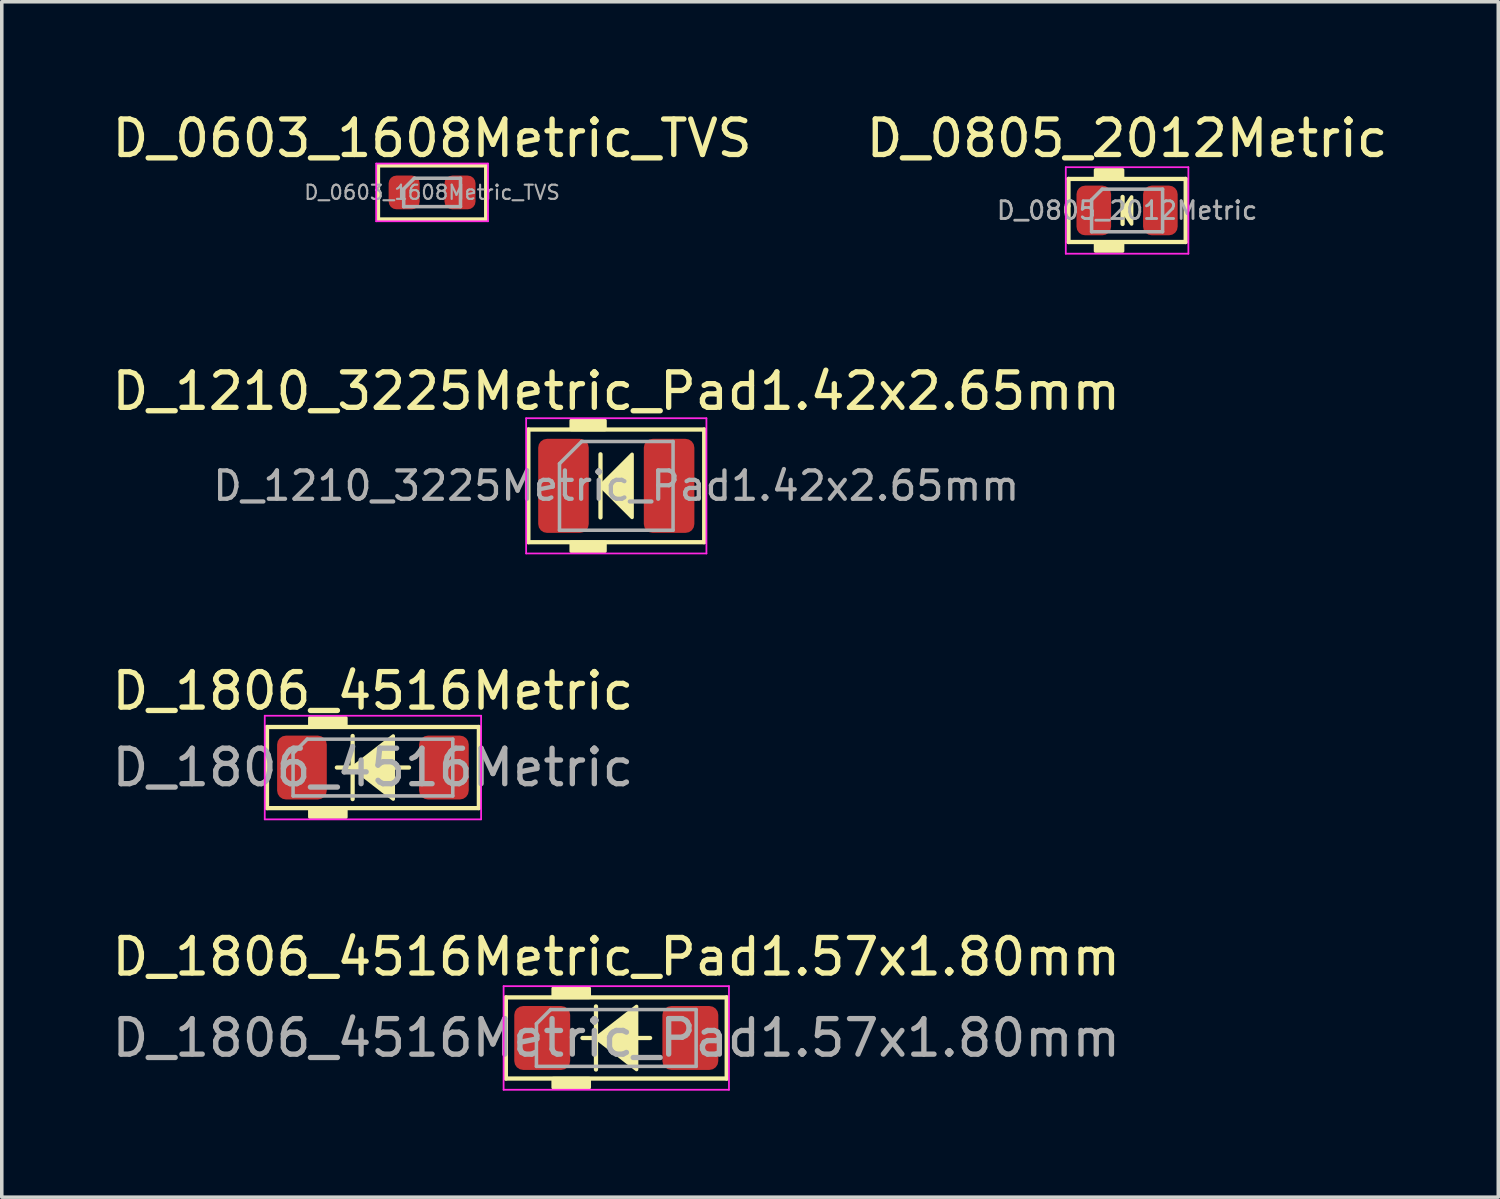
<source format=kicad_pcb>
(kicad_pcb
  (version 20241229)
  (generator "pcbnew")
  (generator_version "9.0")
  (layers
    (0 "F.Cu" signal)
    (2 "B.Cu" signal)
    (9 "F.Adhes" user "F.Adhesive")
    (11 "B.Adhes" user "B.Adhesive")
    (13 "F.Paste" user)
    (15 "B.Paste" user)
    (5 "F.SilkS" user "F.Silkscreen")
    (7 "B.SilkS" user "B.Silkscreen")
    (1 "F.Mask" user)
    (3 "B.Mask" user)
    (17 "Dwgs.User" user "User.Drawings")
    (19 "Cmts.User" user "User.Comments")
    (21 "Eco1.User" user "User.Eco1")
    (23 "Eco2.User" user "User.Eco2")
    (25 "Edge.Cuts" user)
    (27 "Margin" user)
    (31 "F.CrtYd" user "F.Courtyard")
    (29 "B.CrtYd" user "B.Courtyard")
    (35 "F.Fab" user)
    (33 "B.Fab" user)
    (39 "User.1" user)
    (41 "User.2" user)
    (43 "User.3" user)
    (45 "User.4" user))
  (footprint "D_0805_2012Metric"
    (layer "F.Cu")
    (at 28.708 2.88)
    (property "Reference" "D_0805_2012Metric" (at 0 -2.032 0) (layer "F.SilkS") (effects (font (size 1 1) (thickness 0.15))))
    (attr smd)
    (fp_line (start -1.651 -0.889) (end 1.651 -0.889) (stroke (width 0.12) (type solid)) (layer "F.SilkS"))
    (fp_line (start -1.651 -0.127) (end -1.651 -0.889) (stroke (width 0.12) (type solid)) (layer "F.SilkS"))
    (fp_line (start -1.651 0.889) (end -1.651 -0.127) (stroke (width 0.12) (type solid)) (layer "F.SilkS"))
    (fp_line (start -0.127 -0.381) (end -0.127 0.381) (stroke (width 0.12) (type solid)) (layer "F.SilkS"))
    (fp_line (start 1.651 -0.889) (end 1.651 0.889) (stroke (width 0.12) (type solid)) (layer "F.SilkS"))
    (fp_line (start 1.651 0.889) (end -1.651 0.889) (stroke (width 0.12) (type solid)) (layer "F.SilkS"))
    (fp_poly (pts (xy 0.127 0.381) (xy -0.127 0) (xy 0.127 -0.381)) (stroke (width 0.1) (type solid)) (fill yes) (layer "F.SilkS"))
    (fp_poly (pts (xy -0.127 -0.889) (xy -0.889 -0.889) (xy -0.889 -1.143) (xy -0.127 -1.143)) (stroke (width 0.1) (type solid)) (fill yes) (layer "F.SilkS"))
    (fp_poly (pts (xy -0.127 1.143) (xy -0.889 1.143) (xy -0.889 0.889) (xy -0.127 0.889)) (stroke (width 0.1) (type solid)) (fill yes) (layer "F.SilkS"))
    (fp_line (start -1.727 -1.219) (end 1.727 -1.219) (stroke (width 0.05) (type solid)) (layer "F.CrtYd"))
    (fp_line (start -1.727 1.219) (end -1.727 -1.219) (stroke (width 0.05) (type solid)) (layer "F.CrtYd"))
    (fp_line (start 1.727 -1.219) (end 1.727 1.219) (stroke (width 0.05) (type solid)) (layer "F.CrtYd"))
    (fp_line (start 1.727 1.219) (end -1.727 1.219) (stroke (width 0.05) (type solid)) (layer "F.CrtYd"))
    (fp_line (start -1 -0.3) (end -1 0.6) (stroke (width 0.1) (type solid)) (layer "F.Fab"))
    (fp_line (start -1 0.6) (end 1 0.6) (stroke (width 0.1) (type solid)) (layer "F.Fab"))
    (fp_line (start -0.7 -0.6) (end -1 -0.3) (stroke (width 0.1) (type solid)) (layer "F.Fab"))
    (fp_line (start 1 -0.6) (end -0.7 -0.6) (stroke (width 0.1) (type solid)) (layer "F.Fab"))
    (fp_line (start 1 0.6) (end 1 -0.6) (stroke (width 0.1) (type solid)) (layer "F.Fab"))
    (fp_text user "${REFERENCE}" (at 0 0 0) (layer "F.Fab") (effects (font (size 0.5 0.5) (thickness 0.08))))
    (pad "1" smd roundrect (at -0.938 0) (size 0.975 1.4) (layers "F.Cu" "F.Mask" "F.Paste") (roundrect_rratio 0.25))
    (pad "2" smd roundrect (at 0.938 0) (size 0.975 1.4) (layers "F.Cu" "F.Mask" "F.Paste") (roundrect_rratio 0.25)))
  (footprint "D_0603_1608Metric_TVS"
    (layer "F.Cu")
    (at 9.125 2.372)
    (property "Reference" "D_0603_1608Metric_TVS" (at 0 -1.524 0) (layer "F.SilkS") (effects (font (size 1 1) (thickness 0.15))))
    (attr smd)
    (fp_line (start -1.524 -0.762) (end -1.524 0.762) (stroke (width 0.12) (type solid)) (layer "F.SilkS"))
    (fp_line (start -1.524 0.762) (end 1.524 0.762) (stroke (width 0.12) (type solid)) (layer "F.SilkS"))
    (fp_line (start 1.524 -0.762) (end -1.524 -0.762) (stroke (width 0.12) (type solid)) (layer "F.SilkS"))
    (fp_line (start 1.524 0.762) (end 1.524 -0.762) (stroke (width 0.12) (type solid)) (layer "F.SilkS"))
    (fp_line (start -1.575 -0.813) (end 1.575 -0.813) (stroke (width 0.05) (type solid)) (layer "F.CrtYd"))
    (fp_line (start -1.575 0.813) (end -1.575 -0.813) (stroke (width 0.05) (type solid)) (layer "F.CrtYd"))
    (fp_line (start 1.575 -0.813) (end 1.575 0.813) (stroke (width 0.05) (type solid)) (layer "F.CrtYd"))
    (fp_line (start 1.575 0.813) (end -1.575 0.813) (stroke (width 0.05) (type solid)) (layer "F.CrtYd"))
    (fp_line (start -0.8 -0.1) (end -0.8 0.4) (stroke (width 0.1) (type solid)) (layer "F.Fab"))
    (fp_line (start -0.8 0.4) (end 0.8 0.4) (stroke (width 0.1) (type solid)) (layer "F.Fab"))
    (fp_line (start -0.5 -0.4) (end -0.8 -0.1) (stroke (width 0.1) (type solid)) (layer "F.Fab"))
    (fp_line (start 0.8 -0.4) (end -0.5 -0.4) (stroke (width 0.1) (type solid)) (layer "F.Fab"))
    (fp_line (start 0.8 0.4) (end 0.8 -0.4) (stroke (width 0.1) (type solid)) (layer "F.Fab"))
    (fp_text user "${REFERENCE}" (at 0 0 0) (layer "F.Fab") (effects (font (size 0.4 0.4) (thickness 0.06))))
    (pad "1" smd roundrect (at -0.787 0) (size 0.875 0.95) (layers "F.Cu" "F.Mask" "F.Paste") (roundrect_rratio 0.25))
    (pad "2" smd roundrect (at 0.787 0) (size 0.875 0.95) (layers "F.Cu" "F.Mask" "F.Paste") (roundrect_rratio 0.25)))
  (footprint "D_1806_4516Metric"
    (layer "F.Cu")
    (at 7.458 18.577)
    (property "Reference" "D_1806_4516Metric" (at 0 -2.159 0) (layer "F.SilkS") (effects (font (size 1 1) (thickness 0.15))))
    (attr smd)
    (fp_line (start -2.985 -1.143) (end -2.985 1.143) (stroke (width 0.12) (type solid)) (layer "F.SilkS"))
    (fp_line (start -2.985 1.143) (end 2.985 1.143) (stroke (width 0.12) (type solid)) (layer "F.SilkS"))
    (fp_line (start -1.016 0) (end -0.572 0) (stroke (width 0.12) (type solid)) (layer "F.SilkS"))
    (fp_line (start -0.572 -0.889) (end -0.572 0.889) (stroke (width 0.12) (type solid)) (layer "F.SilkS"))
    (fp_line (start 0.572 0) (end 1.016 0) (stroke (width 0.12) (type solid)) (layer "F.SilkS"))
    (fp_line (start 2.985 -1.143) (end -2.985 -1.143) (stroke (width 0.12) (type solid)) (layer "F.SilkS"))
    (fp_line (start 2.985 1.143) (end 2.985 -1.143) (stroke (width 0.12) (type solid)) (layer "F.SilkS"))
    (fp_poly (pts (xy 0.572 0.889) (xy -0.572 0) (xy 0.572 -0.889)) (stroke (width 0.1) (type solid)) (fill yes) (layer "F.SilkS"))
    (fp_poly (pts (xy -0.762 -1.143) (xy -1.778 -1.143) (xy -1.778 -1.397) (xy -0.762 -1.397)) (stroke (width 0.1) (type solid)) (fill yes) (layer "F.SilkS"))
    (fp_poly (pts (xy -0.762 1.397) (xy -1.778 1.397) (xy -1.778 1.143) (xy -0.762 1.143)) (stroke (width 0.1) (type solid)) (fill yes) (layer "F.SilkS"))
    (fp_line (start -3.048 -1.46) (end 3.048 -1.46) (stroke (width 0.05) (type solid)) (layer "F.CrtYd"))
    (fp_line (start -3.048 1.46) (end -3.048 -1.46) (stroke (width 0.05) (type solid)) (layer "F.CrtYd"))
    (fp_line (start 3.048 -1.46) (end 3.048 1.46) (stroke (width 0.05) (type solid)) (layer "F.CrtYd"))
    (fp_line (start 3.048 1.46) (end -3.048 1.46) (stroke (width 0.05) (type solid)) (layer "F.CrtYd"))
    (fp_line (start -2.25 -0.4) (end -2.25 0.8) (stroke (width 0.1) (type solid)) (layer "F.Fab"))
    (fp_line (start -2.25 0.8) (end 2.25 0.8) (stroke (width 0.1) (type solid)) (layer "F.Fab"))
    (fp_line (start -1.85 -0.8) (end -2.25 -0.4) (stroke (width 0.1) (type solid)) (layer "F.Fab"))
    (fp_line (start 2.25 -0.8) (end -1.85 -0.8) (stroke (width 0.1) (type solid)) (layer "F.Fab"))
    (fp_line (start 2.25 0.8) (end 2.25 -0.8) (stroke (width 0.1) (type solid)) (layer "F.Fab"))
    (fp_text user "${REFERENCE}" (at 0 0 0) (layer "F.Fab") (effects (font (size 1 1) (thickness 0.15))))
    (pad "1" smd roundrect (at -2 0) (size 1.4 1.8) (layers "F.Cu" "F.Mask" "F.Paste") (roundrect_rratio 0.179))
    (pad "2" smd roundrect (at 2 0) (size 1.4 1.8) (layers "F.Cu" "F.Mask" "F.Paste") (roundrect_rratio 0.179)))
  (footprint "D_1210_3225Metric_Pad1.42x2.65mm"
    (layer "F.Cu")
    (at 14.315 10.64)
    (property "Reference" "D_1210_3225Metric_Pad1.42x2.65mm" (at 0 -2.667 0) (layer "F.SilkS") (effects (font (size 1 1) (thickness 0.15))))
    (attr smd)
    (fp_line (start -2.477 -1.587) (end -2.477 1.587) (stroke (width 0.12) (type solid)) (layer "F.SilkS"))
    (fp_line (start -2.477 1.587) (end 2.477 1.587) (stroke (width 0.12) (type solid)) (layer "F.SilkS"))
    (fp_line (start -0.445 -0.889) (end -0.445 0.889) (stroke (width 0.12) (type solid)) (layer "F.SilkS"))
    (fp_line (start 2.477 -1.587) (end -2.477 -1.587) (stroke (width 0.12) (type solid)) (layer "F.SilkS"))
    (fp_line (start 2.477 1.587) (end 2.477 -1.587) (stroke (width 0.12) (type solid)) (layer "F.SilkS"))
    (fp_poly (pts (xy 0.445 0.889) (xy -0.445 0) (xy 0.445 -0.889)) (stroke (width 0.1) (type solid)) (fill yes) (layer "F.SilkS"))
    (fp_poly (pts (xy -0.318 -1.587) (xy -1.27 -1.587) (xy -1.27 -1.841) (xy -0.318 -1.841)) (stroke (width 0.1) (type solid)) (fill yes) (layer "F.SilkS"))
    (fp_poly (pts (xy -0.318 1.841) (xy -1.27 1.841) (xy -1.27 1.587) (xy -0.318 1.587)) (stroke (width 0.1) (type solid)) (fill yes) (layer "F.SilkS"))
    (fp_line (start -2.54 -1.905) (end 2.54 -1.905) (stroke (width 0.05) (type solid)) (layer "F.CrtYd"))
    (fp_line (start -2.54 1.905) (end -2.54 -1.905) (stroke (width 0.05) (type solid)) (layer "F.CrtYd"))
    (fp_line (start 2.54 -1.905) (end 2.54 1.905) (stroke (width 0.05) (type solid)) (layer "F.CrtYd"))
    (fp_line (start 2.54 1.905) (end -2.54 1.905) (stroke (width 0.05) (type solid)) (layer "F.CrtYd"))
    (fp_line (start -1.6 -0.625) (end -1.6 1.25) (stroke (width 0.1) (type solid)) (layer "F.Fab"))
    (fp_line (start -1.6 1.25) (end 1.6 1.25) (stroke (width 0.1) (type solid)) (layer "F.Fab"))
    (fp_line (start -0.975 -1.25) (end -1.6 -0.625) (stroke (width 0.1) (type solid)) (layer "F.Fab"))
    (fp_line (start 1.6 -1.25) (end -0.975 -1.25) (stroke (width 0.1) (type solid)) (layer "F.Fab"))
    (fp_line (start 1.6 1.25) (end 1.6 -1.25) (stroke (width 0.1) (type solid)) (layer "F.Fab"))
    (fp_text user "${REFERENCE}" (at 0 0 0) (layer "F.Fab") (effects (font (size 0.8 0.8) (thickness 0.12))))
    (pad "1" smd roundrect (at -1.488 0) (size 1.425 2.65) (layers "F.Cu" "F.Mask" "F.Paste") (roundrect_rratio 0.175))
    (pad "2" smd roundrect (at 1.488 0) (size 1.425 2.65) (layers "F.Cu" "F.Mask" "F.Paste") (roundrect_rratio 0.175)))
  (footprint "D_1806_4516Metric_Pad1.57x1.80mm"
    (layer "F.Cu")
    (at 14.315 26.197)
    (property "Reference" "D_1806_4516Metric_Pad1.57x1.80mm" (at 0 -2.286 0) (layer "F.SilkS") (effects (font (size 1 1) (thickness 0.15))))
    (attr smd)
    (fp_line (start -3.111 -1.143) (end -3.111 1.143) (stroke (width 0.12) (type solid)) (layer "F.SilkS"))
    (fp_line (start -3.111 1.143) (end 3.111 1.143) (stroke (width 0.12) (type solid)) (layer "F.SilkS"))
    (fp_line (start -0.953 0) (end -0.572 0) (stroke (width 0.12) (type solid)) (layer "F.SilkS"))
    (fp_line (start -0.572 -0.889) (end -0.572 0.889) (stroke (width 0.12) (type solid)) (layer "F.SilkS"))
    (fp_line (start 0.572 0) (end 0.953 0) (stroke (width 0.12) (type solid)) (layer "F.SilkS"))
    (fp_line (start 3.111 -1.143) (end -3.111 -1.143) (stroke (width 0.12) (type solid)) (layer "F.SilkS"))
    (fp_line (start 3.111 1.143) (end 3.111 -1.143) (stroke (width 0.12) (type solid)) (layer "F.SilkS"))
    (fp_poly (pts (xy 0.572 0.889) (xy -0.572 0) (xy 0.572 -0.889)) (stroke (width 0.1) (type solid)) (fill yes) (layer "F.SilkS"))
    (fp_poly (pts (xy -0.762 -1.143) (xy -1.778 -1.143) (xy -1.778 -1.397) (xy -0.762 -1.397)) (stroke (width 0.1) (type solid)) (fill yes) (layer "F.SilkS"))
    (fp_poly (pts (xy -0.762 1.397) (xy -1.778 1.397) (xy -1.778 1.143) (xy -0.762 1.143)) (stroke (width 0.1) (type solid)) (fill yes) (layer "F.SilkS"))
    (fp_line (start -3.175 -1.46) (end 3.175 -1.46) (stroke (width 0.05) (type solid)) (layer "F.CrtYd"))
    (fp_line (start -3.175 1.46) (end -3.175 -1.46) (stroke (width 0.05) (type solid)) (layer "F.CrtYd"))
    (fp_line (start 3.175 -1.46) (end 3.175 1.46) (stroke (width 0.05) (type solid)) (layer "F.CrtYd"))
    (fp_line (start 3.175 1.46) (end -3.175 1.46) (stroke (width 0.05) (type solid)) (layer "F.CrtYd"))
    (fp_line (start -2.25 -0.4) (end -2.25 0.8) (stroke (width 0.1) (type solid)) (layer "F.Fab"))
    (fp_line (start -2.25 0.8) (end 2.25 0.8) (stroke (width 0.1) (type solid)) (layer "F.Fab"))
    (fp_line (start -1.85 -0.8) (end -2.25 -0.4) (stroke (width 0.1) (type solid)) (layer "F.Fab"))
    (fp_line (start 2.25 -0.8) (end -1.85 -0.8) (stroke (width 0.1) (type solid)) (layer "F.Fab"))
    (fp_line (start 2.25 0.8) (end 2.25 -0.8) (stroke (width 0.1) (type solid)) (layer "F.Fab"))
    (fp_text user "${REFERENCE}" (at 0 0 0) (layer "F.Fab") (effects (font (size 1 1) (thickness 0.15))))
    (pad "1" smd roundrect (at -2.087 0) (size 1.575 1.8) (layers "F.Cu" "F.Mask" "F.Paste") (roundrect_rratio 0.159))
    (pad "2" smd roundrect (at 2.087 0) (size 1.575 1.8) (layers "F.Cu" "F.Mask" "F.Paste") (roundrect_rratio 0.159)))
  (gr_rect
    (start -3 -3)
    (end 39.167 30.682)
    (stroke (width 0.1) (type default))
    (fill no)
    (layer "Edge.Cuts")))
</source>
